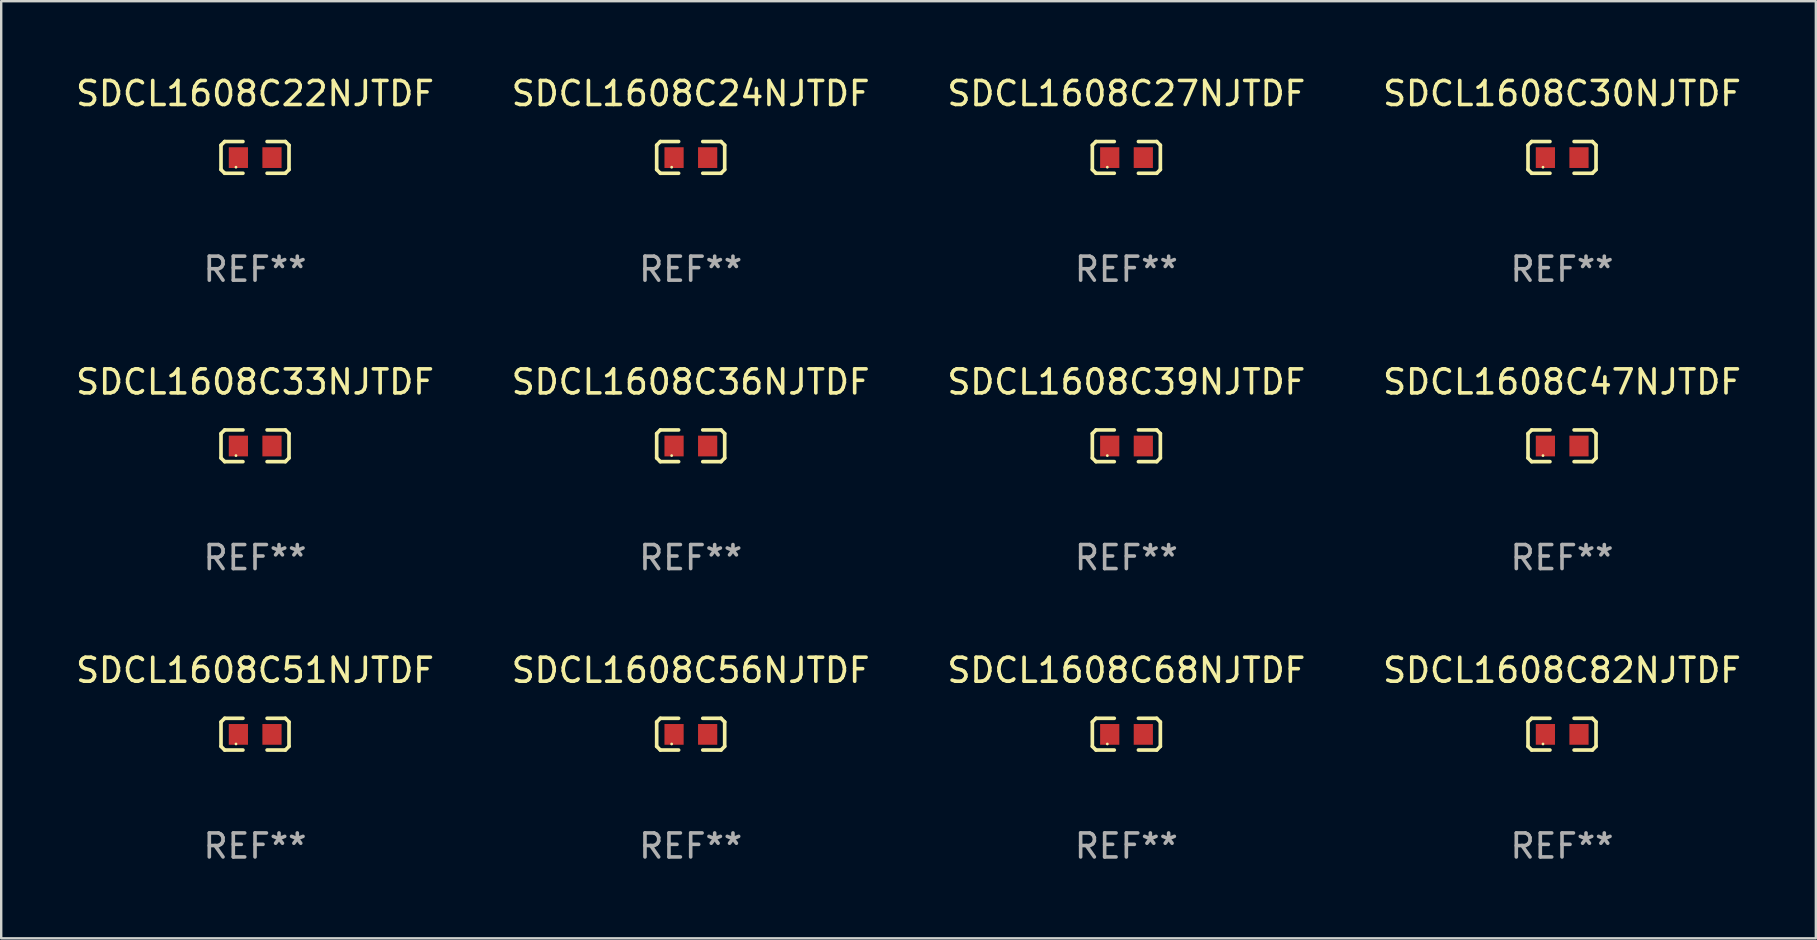
<source format=kicad_pcb>
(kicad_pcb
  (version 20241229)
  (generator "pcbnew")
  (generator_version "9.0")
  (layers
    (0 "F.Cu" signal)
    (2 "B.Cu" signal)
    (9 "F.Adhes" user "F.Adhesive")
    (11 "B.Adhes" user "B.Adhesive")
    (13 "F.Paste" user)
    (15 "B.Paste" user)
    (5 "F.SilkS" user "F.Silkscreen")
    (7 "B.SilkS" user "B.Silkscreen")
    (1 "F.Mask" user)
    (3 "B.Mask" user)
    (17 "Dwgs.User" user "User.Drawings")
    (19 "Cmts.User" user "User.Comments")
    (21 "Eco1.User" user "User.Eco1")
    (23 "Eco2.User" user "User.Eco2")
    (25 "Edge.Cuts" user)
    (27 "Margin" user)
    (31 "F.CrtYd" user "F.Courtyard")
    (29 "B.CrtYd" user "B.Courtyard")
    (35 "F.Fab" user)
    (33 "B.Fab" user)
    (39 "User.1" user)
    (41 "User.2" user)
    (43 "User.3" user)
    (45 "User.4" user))
  (footprint "SDCL1608C30NJTDF"
    (layer "F.Cu")
    (at 62.042 3.509)
    (property "Reference" "SDCL1608C30NJTDF" (at 0 -2.661 0) (layer "F.SilkS") (effects (font (size 1 1) (thickness 0.15))))
    (attr through_hole)
    (fp_line (start -1.417 -0.508) (end -1.265 -0.661) (stroke (width 0.152) (type solid)) (layer "F.SilkS"))
    (fp_line (start -1.417 0.508) (end -1.417 -0.508) (stroke (width 0.152) (type solid)) (layer "F.SilkS"))
    (fp_line (start -1.265 -0.661) (end -0.503 -0.661) (stroke (width 0.152) (type solid)) (layer "F.SilkS"))
    (fp_line (start -1.265 0.661) (end -1.417 0.508) (stroke (width 0.152) (type solid)) (layer "F.SilkS"))
    (fp_line (start -1.265 0.661) (end -0.503 0.661) (stroke (width 0.152) (type solid)) (layer "F.SilkS"))
    (fp_line (start 1.265 -0.661) (end 0.503 -0.661) (stroke (width 0.152) (type solid)) (layer "F.SilkS"))
    (fp_line (start 1.265 -0.661) (end 1.417 -0.508) (stroke (width 0.152) (type solid)) (layer "F.SilkS"))
    (fp_line (start 1.265 0.661) (end 0.503 0.661) (stroke (width 0.152) (type solid)) (layer "F.SilkS"))
    (fp_line (start 1.417 -0.508) (end 1.417 0.508) (stroke (width 0.152) (type solid)) (layer "F.SilkS"))
    (fp_line (start 1.417 0.508) (end 1.265 0.661) (stroke (width 0.152) (type solid)) (layer "F.SilkS"))
    (fp_circle (center -0.793 0.409) (end -0.763 0.409) (stroke (width 0.06) (type solid)) (fill no) (layer "F.SilkS"))
    (fp_text user "REF**" (at 0 4.661 0) (layer "F.Fab") (effects (font (size 1 1) (thickness 0.15))))
    (pad "1" smd rect (at -0.693 0.009 180) (size 0.8 0.864) (layers "F.Cu" "F.Mask" "F.Paste"))
    (pad "2" smd rect (at 0.707 0.009 180) (size 0.8 0.864) (layers "F.Cu" "F.Mask" "F.Paste")))
  (footprint "SDCL1608C47NJTDF"
    (layer "F.Cu")
    (at 62.042 15.527)
    (property "Reference" "SDCL1608C47NJTDF" (at 0 -2.661 0) (layer "F.SilkS") (effects (font (size 1 1) (thickness 0.15))))
    (attr through_hole)
    (fp_line (start -1.417 -0.508) (end -1.265 -0.661) (stroke (width 0.152) (type solid)) (layer "F.SilkS"))
    (fp_line (start -1.417 0.508) (end -1.417 -0.508) (stroke (width 0.152) (type solid)) (layer "F.SilkS"))
    (fp_line (start -1.265 -0.661) (end -0.503 -0.661) (stroke (width 0.152) (type solid)) (layer "F.SilkS"))
    (fp_line (start -1.265 0.661) (end -1.417 0.508) (stroke (width 0.152) (type solid)) (layer "F.SilkS"))
    (fp_line (start -1.265 0.661) (end -0.503 0.661) (stroke (width 0.152) (type solid)) (layer "F.SilkS"))
    (fp_line (start 1.265 -0.661) (end 0.503 -0.661) (stroke (width 0.152) (type solid)) (layer "F.SilkS"))
    (fp_line (start 1.265 -0.661) (end 1.417 -0.508) (stroke (width 0.152) (type solid)) (layer "F.SilkS"))
    (fp_line (start 1.265 0.661) (end 0.503 0.661) (stroke (width 0.152) (type solid)) (layer "F.SilkS"))
    (fp_line (start 1.417 -0.508) (end 1.417 0.508) (stroke (width 0.152) (type solid)) (layer "F.SilkS"))
    (fp_line (start 1.417 0.508) (end 1.265 0.661) (stroke (width 0.152) (type solid)) (layer "F.SilkS"))
    (fp_circle (center -0.793 0.409) (end -0.763 0.409) (stroke (width 0.06) (type solid)) (fill no) (layer "F.SilkS"))
    (fp_text user "REF**" (at 0 4.661 0) (layer "F.Fab") (effects (font (size 1 1) (thickness 0.15))))
    (pad "1" smd rect (at -0.693 0.009 180) (size 0.8 0.864) (layers "F.Cu" "F.Mask" "F.Paste"))
    (pad "2" smd rect (at 0.707 0.009 180) (size 0.8 0.864) (layers "F.Cu" "F.Mask" "F.Paste")))
  (footprint "SDCL1608C82NJTDF"
    (layer "F.Cu")
    (at 62.042 27.544)
    (property "Reference" "SDCL1608C82NJTDF" (at 0 -2.661 0) (layer "F.SilkS") (effects (font (size 1 1) (thickness 0.15))))
    (attr through_hole)
    (fp_line (start -1.417 -0.508) (end -1.265 -0.661) (stroke (width 0.152) (type solid)) (layer "F.SilkS"))
    (fp_line (start -1.417 0.508) (end -1.417 -0.508) (stroke (width 0.152) (type solid)) (layer "F.SilkS"))
    (fp_line (start -1.265 -0.661) (end -0.503 -0.661) (stroke (width 0.152) (type solid)) (layer "F.SilkS"))
    (fp_line (start -1.265 0.661) (end -1.417 0.508) (stroke (width 0.152) (type solid)) (layer "F.SilkS"))
    (fp_line (start -1.265 0.661) (end -0.503 0.661) (stroke (width 0.152) (type solid)) (layer "F.SilkS"))
    (fp_line (start 1.265 -0.661) (end 0.503 -0.661) (stroke (width 0.152) (type solid)) (layer "F.SilkS"))
    (fp_line (start 1.265 -0.661) (end 1.417 -0.508) (stroke (width 0.152) (type solid)) (layer "F.SilkS"))
    (fp_line (start 1.265 0.661) (end 0.503 0.661) (stroke (width 0.152) (type solid)) (layer "F.SilkS"))
    (fp_line (start 1.417 -0.508) (end 1.417 0.508) (stroke (width 0.152) (type solid)) (layer "F.SilkS"))
    (fp_line (start 1.417 0.508) (end 1.265 0.661) (stroke (width 0.152) (type solid)) (layer "F.SilkS"))
    (fp_circle (center -0.793 0.409) (end -0.763 0.409) (stroke (width 0.06) (type solid)) (fill no) (layer "F.SilkS"))
    (fp_text user "REF**" (at 0 4.661 0) (layer "F.Fab") (effects (font (size 1 1) (thickness 0.15))))
    (pad "1" smd rect (at -0.693 0.009 180) (size 0.8 0.864) (layers "F.Cu" "F.Mask" "F.Paste"))
    (pad "2" smd rect (at 0.707 0.009 180) (size 0.8 0.864) (layers "F.Cu" "F.Mask" "F.Paste")))
  (footprint "SDCL1608C68NJTDF"
    (layer "F.Cu")
    (at 43.887 27.544)
    (property "Reference" "SDCL1608C68NJTDF" (at 0 -2.661 0) (layer "F.SilkS") (effects (font (size 1 1) (thickness 0.15))))
    (attr through_hole)
    (fp_line (start -1.417 -0.508) (end -1.265 -0.661) (stroke (width 0.152) (type solid)) (layer "F.SilkS"))
    (fp_line (start -1.417 0.508) (end -1.417 -0.508) (stroke (width 0.152) (type solid)) (layer "F.SilkS"))
    (fp_line (start -1.265 -0.661) (end -0.503 -0.661) (stroke (width 0.152) (type solid)) (layer "F.SilkS"))
    (fp_line (start -1.265 0.661) (end -1.417 0.508) (stroke (width 0.152) (type solid)) (layer "F.SilkS"))
    (fp_line (start -1.265 0.661) (end -0.503 0.661) (stroke (width 0.152) (type solid)) (layer "F.SilkS"))
    (fp_line (start 1.265 -0.661) (end 0.503 -0.661) (stroke (width 0.152) (type solid)) (layer "F.SilkS"))
    (fp_line (start 1.265 -0.661) (end 1.417 -0.508) (stroke (width 0.152) (type solid)) (layer "F.SilkS"))
    (fp_line (start 1.265 0.661) (end 0.503 0.661) (stroke (width 0.152) (type solid)) (layer "F.SilkS"))
    (fp_line (start 1.417 -0.508) (end 1.417 0.508) (stroke (width 0.152) (type solid)) (layer "F.SilkS"))
    (fp_line (start 1.417 0.508) (end 1.265 0.661) (stroke (width 0.152) (type solid)) (layer "F.SilkS"))
    (fp_circle (center -0.793 0.409) (end -0.763 0.409) (stroke (width 0.06) (type solid)) (fill no) (layer "F.SilkS"))
    (fp_text user "REF**" (at 0 4.661 0) (layer "F.Fab") (effects (font (size 1 1) (thickness 0.15))))
    (pad "1" smd rect (at -0.693 0.009 180) (size 0.8 0.864) (layers "F.Cu" "F.Mask" "F.Paste"))
    (pad "2" smd rect (at 0.707 0.009 180) (size 0.8 0.864) (layers "F.Cu" "F.Mask" "F.Paste")))
  (footprint "SDCL1608C39NJTDF"
    (layer "F.Cu")
    (at 43.887 15.527)
    (property "Reference" "SDCL1608C39NJTDF" (at 0 -2.661 0) (layer "F.SilkS") (effects (font (size 1 1) (thickness 0.15))))
    (attr through_hole)
    (fp_line (start -1.417 -0.508) (end -1.265 -0.661) (stroke (width 0.152) (type solid)) (layer "F.SilkS"))
    (fp_line (start -1.417 0.508) (end -1.417 -0.508) (stroke (width 0.152) (type solid)) (layer "F.SilkS"))
    (fp_line (start -1.265 -0.661) (end -0.503 -0.661) (stroke (width 0.152) (type solid)) (layer "F.SilkS"))
    (fp_line (start -1.265 0.661) (end -1.417 0.508) (stroke (width 0.152) (type solid)) (layer "F.SilkS"))
    (fp_line (start -1.265 0.661) (end -0.503 0.661) (stroke (width 0.152) (type solid)) (layer "F.SilkS"))
    (fp_line (start 1.265 -0.661) (end 0.503 -0.661) (stroke (width 0.152) (type solid)) (layer "F.SilkS"))
    (fp_line (start 1.265 -0.661) (end 1.417 -0.508) (stroke (width 0.152) (type solid)) (layer "F.SilkS"))
    (fp_line (start 1.265 0.661) (end 0.503 0.661) (stroke (width 0.152) (type solid)) (layer "F.SilkS"))
    (fp_line (start 1.417 -0.508) (end 1.417 0.508) (stroke (width 0.152) (type solid)) (layer "F.SilkS"))
    (fp_line (start 1.417 0.508) (end 1.265 0.661) (stroke (width 0.152) (type solid)) (layer "F.SilkS"))
    (fp_circle (center -0.793 0.409) (end -0.763 0.409) (stroke (width 0.06) (type solid)) (fill no) (layer "F.SilkS"))
    (fp_text user "REF**" (at 0 4.661 0) (layer "F.Fab") (effects (font (size 1 1) (thickness 0.15))))
    (pad "1" smd rect (at -0.693 0.009 180) (size 0.8 0.864) (layers "F.Cu" "F.Mask" "F.Paste"))
    (pad "2" smd rect (at 0.707 0.009 180) (size 0.8 0.864) (layers "F.Cu" "F.Mask" "F.Paste")))
  (footprint "SDCL1608C56NJTDF"
    (layer "F.Cu")
    (at 25.732 27.544)
    (property "Reference" "SDCL1608C56NJTDF" (at 0 -2.661 0) (layer "F.SilkS") (effects (font (size 1 1) (thickness 0.15))))
    (attr through_hole)
    (fp_line (start -1.417 -0.508) (end -1.265 -0.661) (stroke (width 0.152) (type solid)) (layer "F.SilkS"))
    (fp_line (start -1.417 0.508) (end -1.417 -0.508) (stroke (width 0.152) (type solid)) (layer "F.SilkS"))
    (fp_line (start -1.265 -0.661) (end -0.503 -0.661) (stroke (width 0.152) (type solid)) (layer "F.SilkS"))
    (fp_line (start -1.265 0.661) (end -1.417 0.508) (stroke (width 0.152) (type solid)) (layer "F.SilkS"))
    (fp_line (start -1.265 0.661) (end -0.503 0.661) (stroke (width 0.152) (type solid)) (layer "F.SilkS"))
    (fp_line (start 1.265 -0.661) (end 0.503 -0.661) (stroke (width 0.152) (type solid)) (layer "F.SilkS"))
    (fp_line (start 1.265 -0.661) (end 1.417 -0.508) (stroke (width 0.152) (type solid)) (layer "F.SilkS"))
    (fp_line (start 1.265 0.661) (end 0.503 0.661) (stroke (width 0.152) (type solid)) (layer "F.SilkS"))
    (fp_line (start 1.417 -0.508) (end 1.417 0.508) (stroke (width 0.152) (type solid)) (layer "F.SilkS"))
    (fp_line (start 1.417 0.508) (end 1.265 0.661) (stroke (width 0.152) (type solid)) (layer "F.SilkS"))
    (fp_circle (center -0.793 0.409) (end -0.763 0.409) (stroke (width 0.06) (type solid)) (fill no) (layer "F.SilkS"))
    (fp_text user "REF**" (at 0 4.661 0) (layer "F.Fab") (effects (font (size 1 1) (thickness 0.15))))
    (pad "1" smd rect (at -0.693 0.009 180) (size 0.8 0.864) (layers "F.Cu" "F.Mask" "F.Paste"))
    (pad "2" smd rect (at 0.707 0.009 180) (size 0.8 0.864) (layers "F.Cu" "F.Mask" "F.Paste")))
  (footprint "SDCL1608C33NJTDF"
    (layer "F.Cu")
    (at 7.577 15.527)
    (property "Reference" "SDCL1608C33NJTDF" (at 0 -2.661 0) (layer "F.SilkS") (effects (font (size 1 1) (thickness 0.15))))
    (attr through_hole)
    (fp_line (start -1.417 -0.508) (end -1.265 -0.661) (stroke (width 0.152) (type solid)) (layer "F.SilkS"))
    (fp_line (start -1.417 0.508) (end -1.417 -0.508) (stroke (width 0.152) (type solid)) (layer "F.SilkS"))
    (fp_line (start -1.265 -0.661) (end -0.503 -0.661) (stroke (width 0.152) (type solid)) (layer "F.SilkS"))
    (fp_line (start -1.265 0.661) (end -1.417 0.508) (stroke (width 0.152) (type solid)) (layer "F.SilkS"))
    (fp_line (start -1.265 0.661) (end -0.503 0.661) (stroke (width 0.152) (type solid)) (layer "F.SilkS"))
    (fp_line (start 1.265 -0.661) (end 0.503 -0.661) (stroke (width 0.152) (type solid)) (layer "F.SilkS"))
    (fp_line (start 1.265 -0.661) (end 1.417 -0.508) (stroke (width 0.152) (type solid)) (layer "F.SilkS"))
    (fp_line (start 1.265 0.661) (end 0.503 0.661) (stroke (width 0.152) (type solid)) (layer "F.SilkS"))
    (fp_line (start 1.417 -0.508) (end 1.417 0.508) (stroke (width 0.152) (type solid)) (layer "F.SilkS"))
    (fp_line (start 1.417 0.508) (end 1.265 0.661) (stroke (width 0.152) (type solid)) (layer "F.SilkS"))
    (fp_circle (center -0.793 0.409) (end -0.763 0.409) (stroke (width 0.06) (type solid)) (fill no) (layer "F.SilkS"))
    (fp_text user "REF**" (at 0 4.661 0) (layer "F.Fab") (effects (font (size 1 1) (thickness 0.15))))
    (pad "1" smd rect (at -0.693 0.009 180) (size 0.8 0.864) (layers "F.Cu" "F.Mask" "F.Paste"))
    (pad "2" smd rect (at 0.707 0.009 180) (size 0.8 0.864) (layers "F.Cu" "F.Mask" "F.Paste")))
  (footprint "SDCL1608C36NJTDF"
    (layer "F.Cu")
    (at 25.732 15.527)
    (property "Reference" "SDCL1608C36NJTDF" (at 0 -2.661 0) (layer "F.SilkS") (effects (font (size 1 1) (thickness 0.15))))
    (attr through_hole)
    (fp_line (start -1.417 -0.508) (end -1.265 -0.661) (stroke (width 0.152) (type solid)) (layer "F.SilkS"))
    (fp_line (start -1.417 0.508) (end -1.417 -0.508) (stroke (width 0.152) (type solid)) (layer "F.SilkS"))
    (fp_line (start -1.265 -0.661) (end -0.503 -0.661) (stroke (width 0.152) (type solid)) (layer "F.SilkS"))
    (fp_line (start -1.265 0.661) (end -1.417 0.508) (stroke (width 0.152) (type solid)) (layer "F.SilkS"))
    (fp_line (start -1.265 0.661) (end -0.503 0.661) (stroke (width 0.152) (type solid)) (layer "F.SilkS"))
    (fp_line (start 1.265 -0.661) (end 0.503 -0.661) (stroke (width 0.152) (type solid)) (layer "F.SilkS"))
    (fp_line (start 1.265 -0.661) (end 1.417 -0.508) (stroke (width 0.152) (type solid)) (layer "F.SilkS"))
    (fp_line (start 1.265 0.661) (end 0.503 0.661) (stroke (width 0.152) (type solid)) (layer "F.SilkS"))
    (fp_line (start 1.417 -0.508) (end 1.417 0.508) (stroke (width 0.152) (type solid)) (layer "F.SilkS"))
    (fp_line (start 1.417 0.508) (end 1.265 0.661) (stroke (width 0.152) (type solid)) (layer "F.SilkS"))
    (fp_circle (center -0.793 0.409) (end -0.763 0.409) (stroke (width 0.06) (type solid)) (fill no) (layer "F.SilkS"))
    (fp_text user "REF**" (at 0 4.661 0) (layer "F.Fab") (effects (font (size 1 1) (thickness 0.15))))
    (pad "1" smd rect (at -0.693 0.009 180) (size 0.8 0.864) (layers "F.Cu" "F.Mask" "F.Paste"))
    (pad "2" smd rect (at 0.707 0.009 180) (size 0.8 0.864) (layers "F.Cu" "F.Mask" "F.Paste")))
  (footprint "SDCL1608C22NJTDF"
    (layer "F.Cu")
    (at 7.577 3.509)
    (property "Reference" "SDCL1608C22NJTDF" (at 0 -2.661 0) (layer "F.SilkS") (effects (font (size 1 1) (thickness 0.15))))
    (attr through_hole)
    (fp_line (start -1.417 -0.508) (end -1.265 -0.661) (stroke (width 0.152) (type solid)) (layer "F.SilkS"))
    (fp_line (start -1.417 0.508) (end -1.417 -0.508) (stroke (width 0.152) (type solid)) (layer "F.SilkS"))
    (fp_line (start -1.265 -0.661) (end -0.503 -0.661) (stroke (width 0.152) (type solid)) (layer "F.SilkS"))
    (fp_line (start -1.265 0.661) (end -1.417 0.508) (stroke (width 0.152) (type solid)) (layer "F.SilkS"))
    (fp_line (start -1.265 0.661) (end -0.503 0.661) (stroke (width 0.152) (type solid)) (layer "F.SilkS"))
    (fp_line (start 1.265 -0.661) (end 0.503 -0.661) (stroke (width 0.152) (type solid)) (layer "F.SilkS"))
    (fp_line (start 1.265 -0.661) (end 1.417 -0.508) (stroke (width 0.152) (type solid)) (layer "F.SilkS"))
    (fp_line (start 1.265 0.661) (end 0.503 0.661) (stroke (width 0.152) (type solid)) (layer "F.SilkS"))
    (fp_line (start 1.417 -0.508) (end 1.417 0.508) (stroke (width 0.152) (type solid)) (layer "F.SilkS"))
    (fp_line (start 1.417 0.508) (end 1.265 0.661) (stroke (width 0.152) (type solid)) (layer "F.SilkS"))
    (fp_circle (center -0.793 0.409) (end -0.763 0.409) (stroke (width 0.06) (type solid)) (fill no) (layer "F.SilkS"))
    (fp_text user "REF**" (at 0 4.661 0) (layer "F.Fab") (effects (font (size 1 1) (thickness 0.15))))
    (pad "1" smd rect (at -0.693 0.009 180) (size 0.8 0.864) (layers "F.Cu" "F.Mask" "F.Paste"))
    (pad "2" smd rect (at 0.707 0.009 180) (size 0.8 0.864) (layers "F.Cu" "F.Mask" "F.Paste")))
  (footprint "SDCL1608C51NJTDF"
    (layer "F.Cu")
    (at 7.577 27.544)
    (property "Reference" "SDCL1608C51NJTDF" (at 0 -2.661 0) (layer "F.SilkS") (effects (font (size 1 1) (thickness 0.15))))
    (attr through_hole)
    (fp_line (start -1.417 -0.508) (end -1.265 -0.661) (stroke (width 0.152) (type solid)) (layer "F.SilkS"))
    (fp_line (start -1.417 0.508) (end -1.417 -0.508) (stroke (width 0.152) (type solid)) (layer "F.SilkS"))
    (fp_line (start -1.265 -0.661) (end -0.503 -0.661) (stroke (width 0.152) (type solid)) (layer "F.SilkS"))
    (fp_line (start -1.265 0.661) (end -1.417 0.508) (stroke (width 0.152) (type solid)) (layer "F.SilkS"))
    (fp_line (start -1.265 0.661) (end -0.503 0.661) (stroke (width 0.152) (type solid)) (layer "F.SilkS"))
    (fp_line (start 1.265 -0.661) (end 0.503 -0.661) (stroke (width 0.152) (type solid)) (layer "F.SilkS"))
    (fp_line (start 1.265 -0.661) (end 1.417 -0.508) (stroke (width 0.152) (type solid)) (layer "F.SilkS"))
    (fp_line (start 1.265 0.661) (end 0.503 0.661) (stroke (width 0.152) (type solid)) (layer "F.SilkS"))
    (fp_line (start 1.417 -0.508) (end 1.417 0.508) (stroke (width 0.152) (type solid)) (layer "F.SilkS"))
    (fp_line (start 1.417 0.508) (end 1.265 0.661) (stroke (width 0.152) (type solid)) (layer "F.SilkS"))
    (fp_circle (center -0.793 0.409) (end -0.763 0.409) (stroke (width 0.06) (type solid)) (fill no) (layer "F.SilkS"))
    (fp_text user "REF**" (at 0 4.661 0) (layer "F.Fab") (effects (font (size 1 1) (thickness 0.15))))
    (pad "1" smd rect (at -0.693 0.009 180) (size 0.8 0.864) (layers "F.Cu" "F.Mask" "F.Paste"))
    (pad "2" smd rect (at 0.707 0.009 180) (size 0.8 0.864) (layers "F.Cu" "F.Mask" "F.Paste")))
  (footprint "SDCL1608C24NJTDF"
    (layer "F.Cu")
    (at 25.732 3.509)
    (property "Reference" "SDCL1608C24NJTDF" (at 0 -2.661 0) (layer "F.SilkS") (effects (font (size 1 1) (thickness 0.15))))
    (attr through_hole)
    (fp_line (start -1.417 -0.508) (end -1.265 -0.661) (stroke (width 0.152) (type solid)) (layer "F.SilkS"))
    (fp_line (start -1.417 0.508) (end -1.417 -0.508) (stroke (width 0.152) (type solid)) (layer "F.SilkS"))
    (fp_line (start -1.265 -0.661) (end -0.503 -0.661) (stroke (width 0.152) (type solid)) (layer "F.SilkS"))
    (fp_line (start -1.265 0.661) (end -1.417 0.508) (stroke (width 0.152) (type solid)) (layer "F.SilkS"))
    (fp_line (start -1.265 0.661) (end -0.503 0.661) (stroke (width 0.152) (type solid)) (layer "F.SilkS"))
    (fp_line (start 1.265 -0.661) (end 0.503 -0.661) (stroke (width 0.152) (type solid)) (layer "F.SilkS"))
    (fp_line (start 1.265 -0.661) (end 1.417 -0.508) (stroke (width 0.152) (type solid)) (layer "F.SilkS"))
    (fp_line (start 1.265 0.661) (end 0.503 0.661) (stroke (width 0.152) (type solid)) (layer "F.SilkS"))
    (fp_line (start 1.417 -0.508) (end 1.417 0.508) (stroke (width 0.152) (type solid)) (layer "F.SilkS"))
    (fp_line (start 1.417 0.508) (end 1.265 0.661) (stroke (width 0.152) (type solid)) (layer "F.SilkS"))
    (fp_circle (center -0.793 0.409) (end -0.763 0.409) (stroke (width 0.06) (type solid)) (fill no) (layer "F.SilkS"))
    (fp_text user "REF**" (at 0 4.661 0) (layer "F.Fab") (effects (font (size 1 1) (thickness 0.15))))
    (pad "1" smd rect (at -0.693 0.009 180) (size 0.8 0.864) (layers "F.Cu" "F.Mask" "F.Paste"))
    (pad "2" smd rect (at 0.707 0.009 180) (size 0.8 0.864) (layers "F.Cu" "F.Mask" "F.Paste")))
  (footprint "SDCL1608C27NJTDF"
    (layer "F.Cu")
    (at 43.887 3.509)
    (property "Reference" "SDCL1608C27NJTDF" (at 0 -2.661 0) (layer "F.SilkS") (effects (font (size 1 1) (thickness 0.15))))
    (attr through_hole)
    (fp_line (start -1.417 -0.508) (end -1.265 -0.661) (stroke (width 0.152) (type solid)) (layer "F.SilkS"))
    (fp_line (start -1.417 0.508) (end -1.417 -0.508) (stroke (width 0.152) (type solid)) (layer "F.SilkS"))
    (fp_line (start -1.265 -0.661) (end -0.503 -0.661) (stroke (width 0.152) (type solid)) (layer "F.SilkS"))
    (fp_line (start -1.265 0.661) (end -1.417 0.508) (stroke (width 0.152) (type solid)) (layer "F.SilkS"))
    (fp_line (start -1.265 0.661) (end -0.503 0.661) (stroke (width 0.152) (type solid)) (layer "F.SilkS"))
    (fp_line (start 1.265 -0.661) (end 0.503 -0.661) (stroke (width 0.152) (type solid)) (layer "F.SilkS"))
    (fp_line (start 1.265 -0.661) (end 1.417 -0.508) (stroke (width 0.152) (type solid)) (layer "F.SilkS"))
    (fp_line (start 1.265 0.661) (end 0.503 0.661) (stroke (width 0.152) (type solid)) (layer "F.SilkS"))
    (fp_line (start 1.417 -0.508) (end 1.417 0.508) (stroke (width 0.152) (type solid)) (layer "F.SilkS"))
    (fp_line (start 1.417 0.508) (end 1.265 0.661) (stroke (width 0.152) (type solid)) (layer "F.SilkS"))
    (fp_circle (center -0.793 0.409) (end -0.763 0.409) (stroke (width 0.06) (type solid)) (fill no) (layer "F.SilkS"))
    (fp_text user "REF**" (at 0 4.661 0) (layer "F.Fab") (effects (font (size 1 1) (thickness 0.15))))
    (pad "1" smd rect (at -0.693 0.009 180) (size 0.8 0.864) (layers "F.Cu" "F.Mask" "F.Paste"))
    (pad "2" smd rect (at 0.707 0.009 180) (size 0.8 0.864) (layers "F.Cu" "F.Mask" "F.Paste")))
  (gr_rect
    (start -3 -3)
    (end 72.619 36.053)
    (stroke (width 0.1) (type default))
    (fill no)
    (layer "Edge.Cuts")))
</source>
